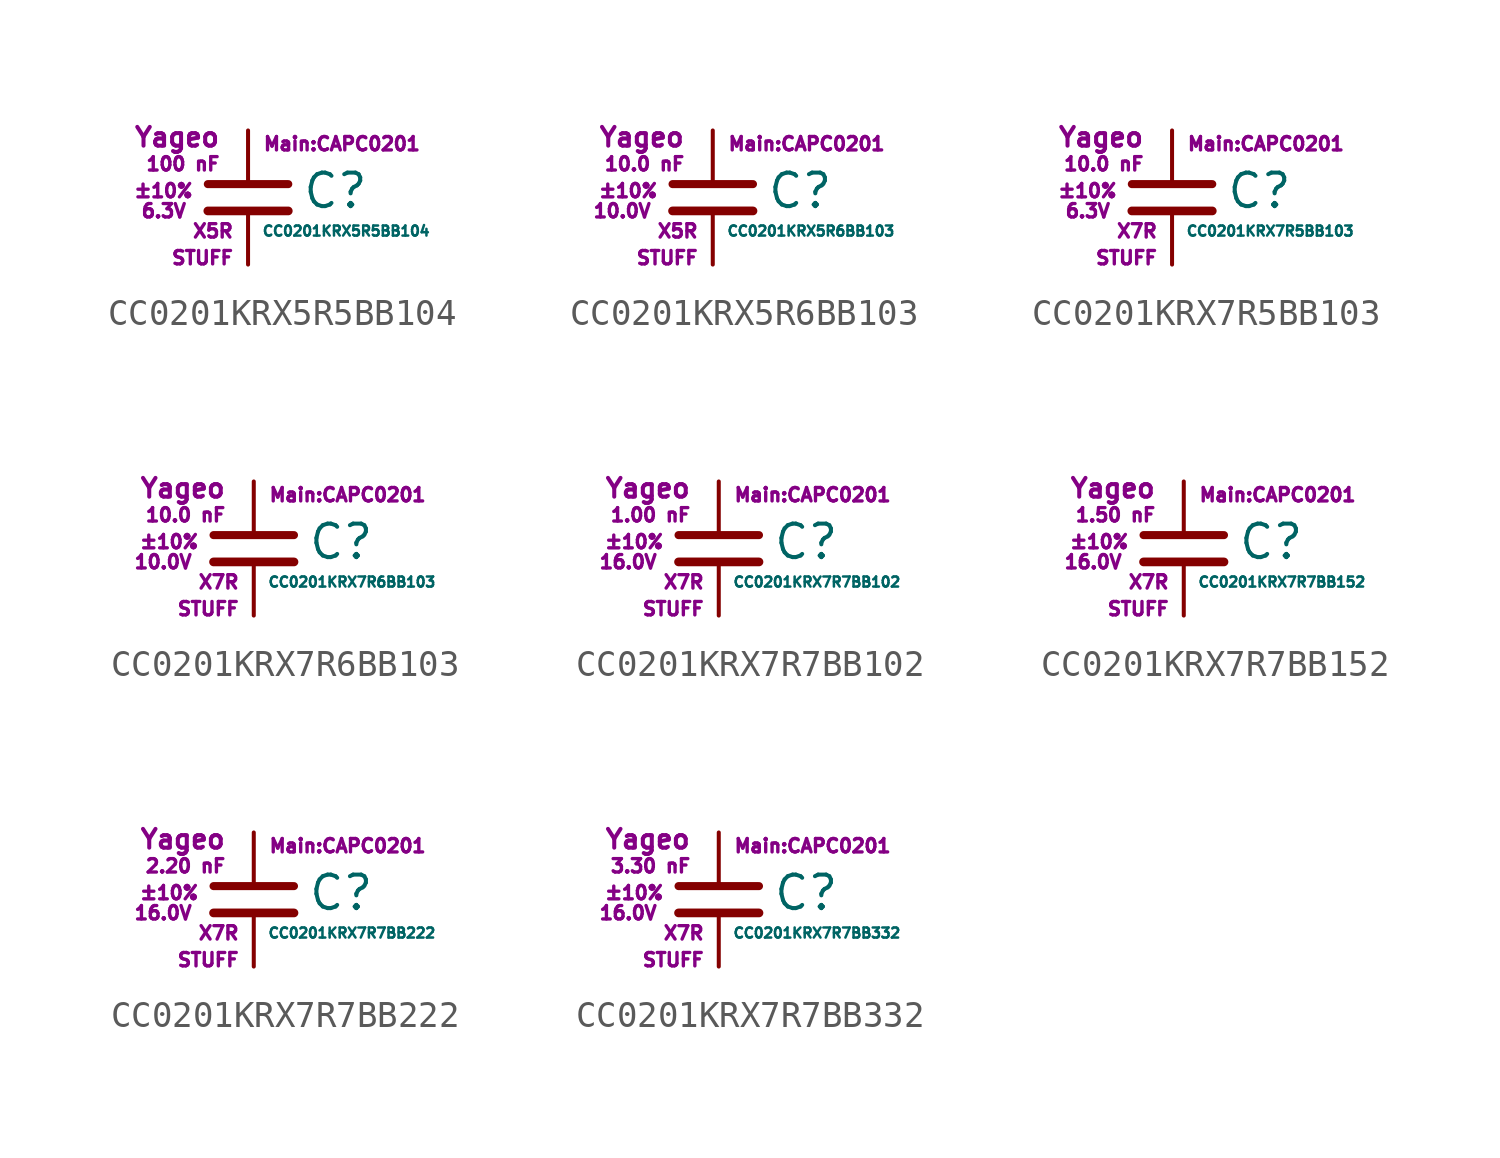
<source format=kicad_sym>
(kicad_symbol_lib
  (version 20211014)
  (generator kicad_symbol_editor)
  (symbol "CC0201KRX5R5BB104"
    (pin_numbers hide)
    (pin_names
      (offset 0.254) hide)
    (property "Reference" "C"
      (at 2.032 0.254 0)
      (effects (font (size 1.27 1.27)) (justify left)))
    (property "Value" "CC0201KRX5R5BB104"
      (at 0.508 -1.27 0)
      (effects (font (size 0.381 0.381)) (justify left)))
    (property "Footprint" "Main:CAPC0201"
      (at 3.556 2.032 0)
      (effects (font (size 0.508 0.508))))
    (property "Datasheet" ""
      (at 0.762 0.508 0)
      (effects (font (size 1.27 1.27))))
    (property "Manufacturer" "Yageo"
      (at -1.016 2.286 0)
      (effects (font (size 0.711 0.711)) (justify right)))
    (property "SKU" "STUFF"
      (at -0.508 -2.286 0)
      (effects (font (size 0.508 0.508)) (justify right)))
    (property "C" "100 nF"
      (at -1.016 1.27 0)
      (effects (font (size 0.508 0.508)) (justify right)))
    (property "Tol" "±10%"
      (at -2.032 0.254 0)
      (effects (font (size 0.508 0.508)) (justify right)))
    (property "Vmax" "6.3V"
      (at -2.286 -0.508 0)
      (effects (font (size 0.508 0.508)) (justify right)))
    (property "Type" "X5R"
      (at -0.508 -1.27 0)
      (effects (font (size 0.508 0.508)) (justify right)))
    (symbol "CC0201KRX5R5BB104_0_1"
      (polyline (pts (xy -1.524 -0.508) (xy 1.524 -0.508)) (stroke (width 0.33) (type default) (color 0 0 0 0)) (fill (type none)))
      (polyline (pts (xy -1.524 0.508) (xy 1.524 0.508)) (stroke (width 0.305) (type default) (color 0 0 0 0)) (fill (type none))))
    (symbol "CC0201KRX5R5BB104_1_1"
      (pin passive line (at 0 2.54 270) (length 1.905) (name "~" (effects (font (size 1.016 1.016)))) (number "1" (effects (font (size 1.016 1.016)))))
      (pin passive line (at 0 -2.54 90) (length 2.032) (name "~" (effects (font (size 1.016 1.016)))) (number "2" (effects (font (size 1.016 1.016)))))))
  (symbol "CC0201KRX5R6BB103"
    (pin_numbers hide)
    (pin_names
      (offset 0.254) hide)
    (property "Reference" "C"
      (at 2.032 0.254 0)
      (effects (font (size 1.27 1.27)) (justify left)))
    (property "Value" "CC0201KRX5R6BB103"
      (at 0.508 -1.27 0)
      (effects (font (size 0.381 0.381)) (justify left)))
    (property "Footprint" "Main:CAPC0201"
      (at 3.556 2.032 0)
      (effects (font (size 0.508 0.508))))
    (property "Datasheet" ""
      (at 0.762 0.508 0)
      (effects (font (size 1.27 1.27))))
    (property "Manufacturer" "Yageo"
      (at -1.016 2.286 0)
      (effects (font (size 0.711 0.711)) (justify right)))
    (property "SKU" "STUFF"
      (at -0.508 -2.286 0)
      (effects (font (size 0.508 0.508)) (justify right)))
    (property "C" "10.0 nF"
      (at -1.016 1.27 0)
      (effects (font (size 0.508 0.508)) (justify right)))
    (property "Tol" "±10%"
      (at -2.032 0.254 0)
      (effects (font (size 0.508 0.508)) (justify right)))
    (property "Vmax" "10.0V"
      (at -2.286 -0.508 0)
      (effects (font (size 0.508 0.508)) (justify right)))
    (property "Type" "X5R"
      (at -0.508 -1.27 0)
      (effects (font (size 0.508 0.508)) (justify right)))
    (symbol "CC0201KRX5R6BB103_0_1"
      (polyline (pts (xy -1.524 -0.508) (xy 1.524 -0.508)) (stroke (width 0.33) (type default) (color 0 0 0 0)) (fill (type none)))
      (polyline (pts (xy -1.524 0.508) (xy 1.524 0.508)) (stroke (width 0.305) (type default) (color 0 0 0 0)) (fill (type none))))
    (symbol "CC0201KRX5R6BB103_1_1"
      (pin passive line (at 0 2.54 270) (length 1.905) (name "~" (effects (font (size 1.016 1.016)))) (number "1" (effects (font (size 1.016 1.016)))))
      (pin passive line (at 0 -2.54 90) (length 2.032) (name "~" (effects (font (size 1.016 1.016)))) (number "2" (effects (font (size 1.016 1.016)))))))
  (symbol "CC0201KRX7R5BB103"
    (pin_numbers hide)
    (pin_names
      (offset 0.254) hide)
    (property "Reference" "C"
      (at 2.032 0.254 0)
      (effects (font (size 1.27 1.27)) (justify left)))
    (property "Value" "CC0201KRX7R5BB103"
      (at 0.508 -1.27 0)
      (effects (font (size 0.381 0.381)) (justify left)))
    (property "Footprint" "Main:CAPC0201"
      (at 3.556 2.032 0)
      (effects (font (size 0.508 0.508))))
    (property "Datasheet" ""
      (at 0.762 0.508 0)
      (effects (font (size 1.27 1.27))))
    (property "Manufacturer" "Yageo"
      (at -1.016 2.286 0)
      (effects (font (size 0.711 0.711)) (justify right)))
    (property "SKU" "STUFF"
      (at -0.508 -2.286 0)
      (effects (font (size 0.508 0.508)) (justify right)))
    (property "C" "10.0 nF"
      (at -1.016 1.27 0)
      (effects (font (size 0.508 0.508)) (justify right)))
    (property "Tol" "±10%"
      (at -2.032 0.254 0)
      (effects (font (size 0.508 0.508)) (justify right)))
    (property "Vmax" "6.3V"
      (at -2.286 -0.508 0)
      (effects (font (size 0.508 0.508)) (justify right)))
    (property "Type" "X7R"
      (at -0.508 -1.27 0)
      (effects (font (size 0.508 0.508)) (justify right)))
    (symbol "CC0201KRX7R5BB103_0_1"
      (polyline (pts (xy -1.524 -0.508) (xy 1.524 -0.508)) (stroke (width 0.33) (type default) (color 0 0 0 0)) (fill (type none)))
      (polyline (pts (xy -1.524 0.508) (xy 1.524 0.508)) (stroke (width 0.305) (type default) (color 0 0 0 0)) (fill (type none))))
    (symbol "CC0201KRX7R5BB103_1_1"
      (pin passive line (at 0 2.54 270) (length 1.905) (name "~" (effects (font (size 1.016 1.016)))) (number "1" (effects (font (size 1.016 1.016)))))
      (pin passive line (at 0 -2.54 90) (length 2.032) (name "~" (effects (font (size 1.016 1.016)))) (number "2" (effects (font (size 1.016 1.016)))))))
  (symbol "CC0201KRX7R6BB103"
    (pin_numbers hide)
    (pin_names
      (offset 0.254) hide)
    (property "Reference" "C"
      (at 2.032 0.254 0)
      (effects (font (size 1.27 1.27)) (justify left)))
    (property "Value" "CC0201KRX7R6BB103"
      (at 0.508 -1.27 0)
      (effects (font (size 0.381 0.381)) (justify left)))
    (property "Footprint" "Main:CAPC0201"
      (at 3.556 2.032 0)
      (effects (font (size 0.508 0.508))))
    (property "Datasheet" ""
      (at 0.762 0.508 0)
      (effects (font (size 1.27 1.27))))
    (property "Manufacturer" "Yageo"
      (at -1.016 2.286 0)
      (effects (font (size 0.711 0.711)) (justify right)))
    (property "SKU" "STUFF"
      (at -0.508 -2.286 0)
      (effects (font (size 0.508 0.508)) (justify right)))
    (property "C" "10.0 nF"
      (at -1.016 1.27 0)
      (effects (font (size 0.508 0.508)) (justify right)))
    (property "Tol" "±10%"
      (at -2.032 0.254 0)
      (effects (font (size 0.508 0.508)) (justify right)))
    (property "Vmax" "10.0V"
      (at -2.286 -0.508 0)
      (effects (font (size 0.508 0.508)) (justify right)))
    (property "Type" "X7R"
      (at -0.508 -1.27 0)
      (effects (font (size 0.508 0.508)) (justify right)))
    (symbol "CC0201KRX7R6BB103_0_1"
      (polyline (pts (xy -1.524 -0.508) (xy 1.524 -0.508)) (stroke (width 0.33) (type default) (color 0 0 0 0)) (fill (type none)))
      (polyline (pts (xy -1.524 0.508) (xy 1.524 0.508)) (stroke (width 0.305) (type default) (color 0 0 0 0)) (fill (type none))))
    (symbol "CC0201KRX7R6BB103_1_1"
      (pin passive line (at 0 2.54 270) (length 1.905) (name "~" (effects (font (size 1.016 1.016)))) (number "1" (effects (font (size 1.016 1.016)))))
      (pin passive line (at 0 -2.54 90) (length 2.032) (name "~" (effects (font (size 1.016 1.016)))) (number "2" (effects (font (size 1.016 1.016)))))))
  (symbol "CC0201KRX7R7BB102"
    (pin_numbers hide)
    (pin_names
      (offset 0.254) hide)
    (property "Reference" "C"
      (at 2.032 0.254 0)
      (effects (font (size 1.27 1.27)) (justify left)))
    (property "Value" "CC0201KRX7R7BB102"
      (at 0.508 -1.27 0)
      (effects (font (size 0.381 0.381)) (justify left)))
    (property "Footprint" "Main:CAPC0201"
      (at 3.556 2.032 0)
      (effects (font (size 0.508 0.508))))
    (property "Datasheet" ""
      (at 0.762 0.508 0)
      (effects (font (size 1.27 1.27))))
    (property "Manufacturer" "Yageo"
      (at -1.016 2.286 0)
      (effects (font (size 0.711 0.711)) (justify right)))
    (property "SKU" "STUFF"
      (at -0.508 -2.286 0)
      (effects (font (size 0.508 0.508)) (justify right)))
    (property "C" "1.00 nF"
      (at -1.016 1.27 0)
      (effects (font (size 0.508 0.508)) (justify right)))
    (property "Tol" "±10%"
      (at -2.032 0.254 0)
      (effects (font (size 0.508 0.508)) (justify right)))
    (property "Vmax" "16.0V"
      (at -2.286 -0.508 0)
      (effects (font (size 0.508 0.508)) (justify right)))
    (property "Type" "X7R"
      (at -0.508 -1.27 0)
      (effects (font (size 0.508 0.508)) (justify right)))
    (symbol "CC0201KRX7R7BB102_0_1"
      (polyline (pts (xy -1.524 -0.508) (xy 1.524 -0.508)) (stroke (width 0.33) (type default) (color 0 0 0 0)) (fill (type none)))
      (polyline (pts (xy -1.524 0.508) (xy 1.524 0.508)) (stroke (width 0.305) (type default) (color 0 0 0 0)) (fill (type none))))
    (symbol "CC0201KRX7R7BB102_1_1"
      (pin passive line (at 0 2.54 270) (length 1.905) (name "~" (effects (font (size 1.016 1.016)))) (number "1" (effects (font (size 1.016 1.016)))))
      (pin passive line (at 0 -2.54 90) (length 2.032) (name "~" (effects (font (size 1.016 1.016)))) (number "2" (effects (font (size 1.016 1.016)))))))
  (symbol "CC0201KRX7R7BB152"
    (pin_numbers hide)
    (pin_names
      (offset 0.254) hide)
    (property "Reference" "C"
      (at 2.032 0.254 0)
      (effects (font (size 1.27 1.27)) (justify left)))
    (property "Value" "CC0201KRX7R7BB152"
      (at 0.508 -1.27 0)
      (effects (font (size 0.381 0.381)) (justify left)))
    (property "Footprint" "Main:CAPC0201"
      (at 3.556 2.032 0)
      (effects (font (size 0.508 0.508))))
    (property "Datasheet" ""
      (at 0.762 0.508 0)
      (effects (font (size 1.27 1.27))))
    (property "Manufacturer" "Yageo"
      (at -1.016 2.286 0)
      (effects (font (size 0.711 0.711)) (justify right)))
    (property "SKU" "STUFF"
      (at -0.508 -2.286 0)
      (effects (font (size 0.508 0.508)) (justify right)))
    (property "C" "1.50 nF"
      (at -1.016 1.27 0)
      (effects (font (size 0.508 0.508)) (justify right)))
    (property "Tol" "±10%"
      (at -2.032 0.254 0)
      (effects (font (size 0.508 0.508)) (justify right)))
    (property "Vmax" "16.0V"
      (at -2.286 -0.508 0)
      (effects (font (size 0.508 0.508)) (justify right)))
    (property "Type" "X7R"
      (at -0.508 -1.27 0)
      (effects (font (size 0.508 0.508)) (justify right)))
    (symbol "CC0201KRX7R7BB152_0_1"
      (polyline (pts (xy -1.524 -0.508) (xy 1.524 -0.508)) (stroke (width 0.33) (type default) (color 0 0 0 0)) (fill (type none)))
      (polyline (pts (xy -1.524 0.508) (xy 1.524 0.508)) (stroke (width 0.305) (type default) (color 0 0 0 0)) (fill (type none))))
    (symbol "CC0201KRX7R7BB152_1_1"
      (pin passive line (at 0 2.54 270) (length 1.905) (name "~" (effects (font (size 1.016 1.016)))) (number "1" (effects (font (size 1.016 1.016)))))
      (pin passive line (at 0 -2.54 90) (length 2.032) (name "~" (effects (font (size 1.016 1.016)))) (number "2" (effects (font (size 1.016 1.016)))))))
  (symbol "CC0201KRX7R7BB222"
    (pin_numbers hide)
    (pin_names
      (offset 0.254) hide)
    (property "Reference" "C"
      (at 2.032 0.254 0)
      (effects (font (size 1.27 1.27)) (justify left)))
    (property "Value" "CC0201KRX7R7BB222"
      (at 0.508 -1.27 0)
      (effects (font (size 0.381 0.381)) (justify left)))
    (property "Footprint" "Main:CAPC0201"
      (at 3.556 2.032 0)
      (effects (font (size 0.508 0.508))))
    (property "Datasheet" ""
      (at 0.762 0.508 0)
      (effects (font (size 1.27 1.27))))
    (property "Manufacturer" "Yageo"
      (at -1.016 2.286 0)
      (effects (font (size 0.711 0.711)) (justify right)))
    (property "SKU" "STUFF"
      (at -0.508 -2.286 0)
      (effects (font (size 0.508 0.508)) (justify right)))
    (property "C" "2.20 nF"
      (at -1.016 1.27 0)
      (effects (font (size 0.508 0.508)) (justify right)))
    (property "Tol" "±10%"
      (at -2.032 0.254 0)
      (effects (font (size 0.508 0.508)) (justify right)))
    (property "Vmax" "16.0V"
      (at -2.286 -0.508 0)
      (effects (font (size 0.508 0.508)) (justify right)))
    (property "Type" "X7R"
      (at -0.508 -1.27 0)
      (effects (font (size 0.508 0.508)) (justify right)))
    (symbol "CC0201KRX7R7BB222_0_1"
      (polyline (pts (xy -1.524 -0.508) (xy 1.524 -0.508)) (stroke (width 0.33) (type default) (color 0 0 0 0)) (fill (type none)))
      (polyline (pts (xy -1.524 0.508) (xy 1.524 0.508)) (stroke (width 0.305) (type default) (color 0 0 0 0)) (fill (type none))))
    (symbol "CC0201KRX7R7BB222_1_1"
      (pin passive line (at 0 2.54 270) (length 1.905) (name "~" (effects (font (size 1.016 1.016)))) (number "1" (effects (font (size 1.016 1.016)))))
      (pin passive line (at 0 -2.54 90) (length 2.032) (name "~" (effects (font (size 1.016 1.016)))) (number "2" (effects (font (size 1.016 1.016)))))))
  (symbol "CC0201KRX7R7BB332"
    (pin_numbers hide)
    (pin_names
      (offset 0.254) hide)
    (property "Reference" "C"
      (at 2.032 0.254 0)
      (effects (font (size 1.27 1.27)) (justify left)))
    (property "Value" "CC0201KRX7R7BB332"
      (at 0.508 -1.27 0)
      (effects (font (size 0.381 0.381)) (justify left)))
    (property "Footprint" "Main:CAPC0201"
      (at 3.556 2.032 0)
      (effects (font (size 0.508 0.508))))
    (property "Datasheet" ""
      (at 0.762 0.508 0)
      (effects (font (size 1.27 1.27))))
    (property "Manufacturer" "Yageo"
      (at -1.016 2.286 0)
      (effects (font (size 0.711 0.711)) (justify right)))
    (property "SKU" "STUFF"
      (at -0.508 -2.286 0)
      (effects (font (size 0.508 0.508)) (justify right)))
    (property "C" "3.30 nF"
      (at -1.016 1.27 0)
      (effects (font (size 0.508 0.508)) (justify right)))
    (property "Tol" "±10%"
      (at -2.032 0.254 0)
      (effects (font (size 0.508 0.508)) (justify right)))
    (property "Vmax" "16.0V"
      (at -2.286 -0.508 0)
      (effects (font (size 0.508 0.508)) (justify right)))
    (property "Type" "X7R"
      (at -0.508 -1.27 0)
      (effects (font (size 0.508 0.508)) (justify right)))
    (symbol "CC0201KRX7R7BB332_0_1"
      (polyline (pts (xy -1.524 -0.508) (xy 1.524 -0.508)) (stroke (width 0.33) (type default) (color 0 0 0 0)) (fill (type none)))
      (polyline (pts (xy -1.524 0.508) (xy 1.524 0.508)) (stroke (width 0.305) (type default) (color 0 0 0 0)) (fill (type none))))
    (symbol "CC0201KRX7R7BB332_1_1"
      (pin passive line (at 0 2.54 270) (length 1.905) (name "~" (effects (font (size 1.016 1.016)))) (number "1" (effects (font (size 1.016 1.016)))))
      (pin passive line (at 0 -2.54 90) (length 2.032) (name "~" (effects (font (size 1.016 1.016)))) (number "2" (effects (font (size 1.016 1.016))))))))
</source>
